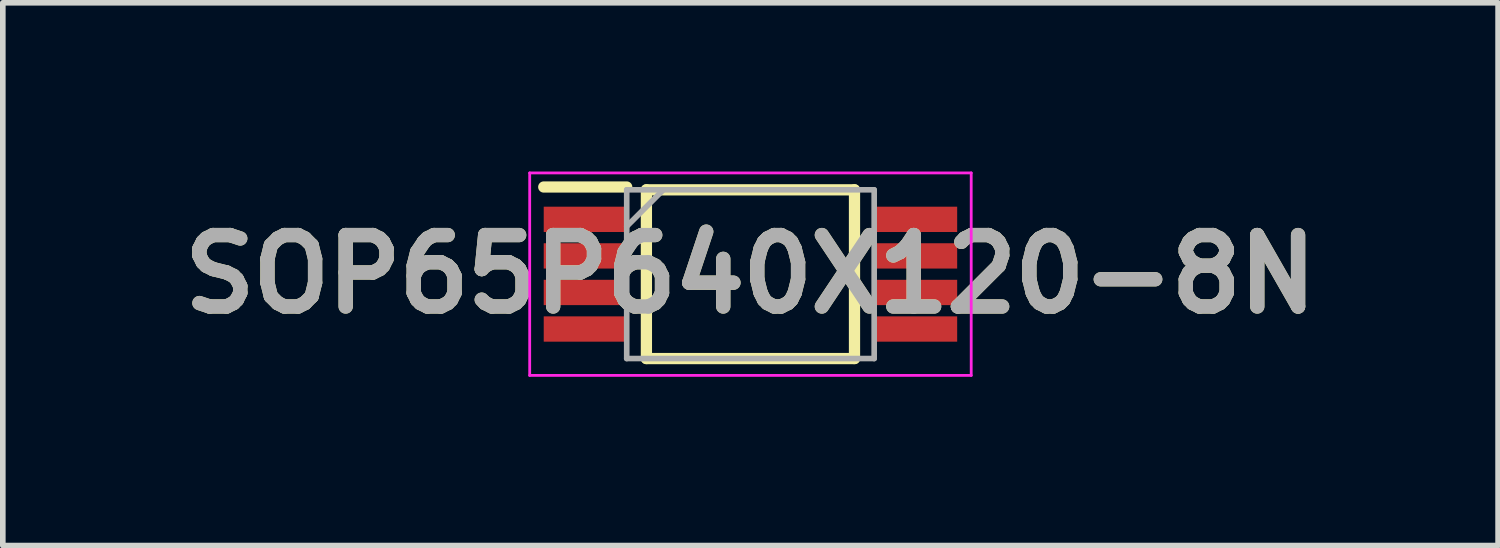
<source format=kicad_pcb>
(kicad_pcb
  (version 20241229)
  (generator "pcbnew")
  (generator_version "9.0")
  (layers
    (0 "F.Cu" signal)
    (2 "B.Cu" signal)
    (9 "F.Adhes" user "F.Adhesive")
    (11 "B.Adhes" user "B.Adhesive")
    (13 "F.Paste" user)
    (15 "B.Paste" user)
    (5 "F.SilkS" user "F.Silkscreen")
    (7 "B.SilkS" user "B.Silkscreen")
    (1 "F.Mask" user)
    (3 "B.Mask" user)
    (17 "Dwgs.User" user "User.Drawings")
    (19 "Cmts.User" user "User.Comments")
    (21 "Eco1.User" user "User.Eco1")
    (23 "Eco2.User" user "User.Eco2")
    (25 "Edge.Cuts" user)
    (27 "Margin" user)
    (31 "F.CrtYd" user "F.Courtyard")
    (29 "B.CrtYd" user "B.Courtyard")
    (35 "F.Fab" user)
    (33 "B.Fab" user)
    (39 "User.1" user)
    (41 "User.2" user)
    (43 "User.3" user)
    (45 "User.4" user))
  (footprint "SOP65P640X120-8N"
    (layer "F.Cu")
    (at 10.293 1.825)
    (property "Reference" "SOP65P640X120-8N" (at 0 0 0) (layer "F.SilkS") (effects (font (size 1.27 1.27) (thickness 0.254))))
    (attr smd)
    (fp_line (start -3.675 -1.55) (end -2.2 -1.55) (stroke (width 0.2) (type solid)) (layer "F.SilkS"))
    (fp_line (start -1.85 -1.5) (end 1.85 -1.5) (stroke (width 0.2) (type solid)) (layer "F.SilkS"))
    (fp_line (start -1.85 1.5) (end -1.85 -1.5) (stroke (width 0.2) (type solid)) (layer "F.SilkS"))
    (fp_line (start 1.85 -1.5) (end 1.85 1.5) (stroke (width 0.2) (type solid)) (layer "F.SilkS"))
    (fp_line (start 1.85 1.5) (end -1.85 1.5) (stroke (width 0.2) (type solid)) (layer "F.SilkS"))
    (fp_line (start -3.925 -1.8) (end 3.925 -1.8) (stroke (width 0.05) (type solid)) (layer "F.CrtYd"))
    (fp_line (start -3.925 1.8) (end -3.925 -1.8) (stroke (width 0.05) (type solid)) (layer "F.CrtYd"))
    (fp_line (start 3.925 -1.8) (end 3.925 1.8) (stroke (width 0.05) (type solid)) (layer "F.CrtYd"))
    (fp_line (start 3.925 1.8) (end -3.925 1.8) (stroke (width 0.05) (type solid)) (layer "F.CrtYd"))
    (fp_line (start -2.2 -1.5) (end 2.2 -1.5) (stroke (width 0.1) (type solid)) (layer "F.Fab"))
    (fp_line (start -2.2 -0.85) (end -1.55 -1.5) (stroke (width 0.1) (type solid)) (layer "F.Fab"))
    (fp_line (start -2.2 1.5) (end -2.2 -1.5) (stroke (width 0.1) (type solid)) (layer "F.Fab"))
    (fp_line (start 2.2 -1.5) (end 2.2 1.5) (stroke (width 0.1) (type solid)) (layer "F.Fab"))
    (fp_line (start 2.2 1.5) (end -2.2 1.5) (stroke (width 0.1) (type solid)) (layer "F.Fab"))
    (fp_text user "${REFERENCE}" (at 0 0 0) (layer "F.Fab") (effects (font (size 1.27 1.27) (thickness 0.254))))
    (pad "1" smd rect (at -2.938 -0.975 90) (size 0.45 1.475) (layers "F.Cu" "F.Mask" "F.Paste"))
    (pad "2" smd rect (at -2.938 -0.325 90) (size 0.45 1.475) (layers "F.Cu" "F.Mask" "F.Paste"))
    (pad "3" smd rect (at -2.938 0.325 90) (size 0.45 1.475) (layers "F.Cu" "F.Mask" "F.Paste"))
    (pad "4" smd rect (at -2.938 0.975 90) (size 0.45 1.475) (layers "F.Cu" "F.Mask" "F.Paste"))
    (pad "5" smd rect (at 2.938 0.975 90) (size 0.45 1.475) (layers "F.Cu" "F.Mask" "F.Paste"))
    (pad "6" smd rect (at 2.938 0.325 90) (size 0.45 1.475) (layers "F.Cu" "F.Mask" "F.Paste"))
    (pad "7" smd rect (at 2.938 -0.325 90) (size 0.45 1.475) (layers "F.Cu" "F.Mask" "F.Paste"))
    (pad "8" smd rect (at 2.938 -0.975 90) (size 0.45 1.475) (layers "F.Cu" "F.Mask" "F.Paste")))
  (gr_rect
    (start -3 -3)
    (end 23.586 6.65)
    (stroke (width 0.1) (type default))
    (fill no)
    (layer "Edge.Cuts")))
</source>
